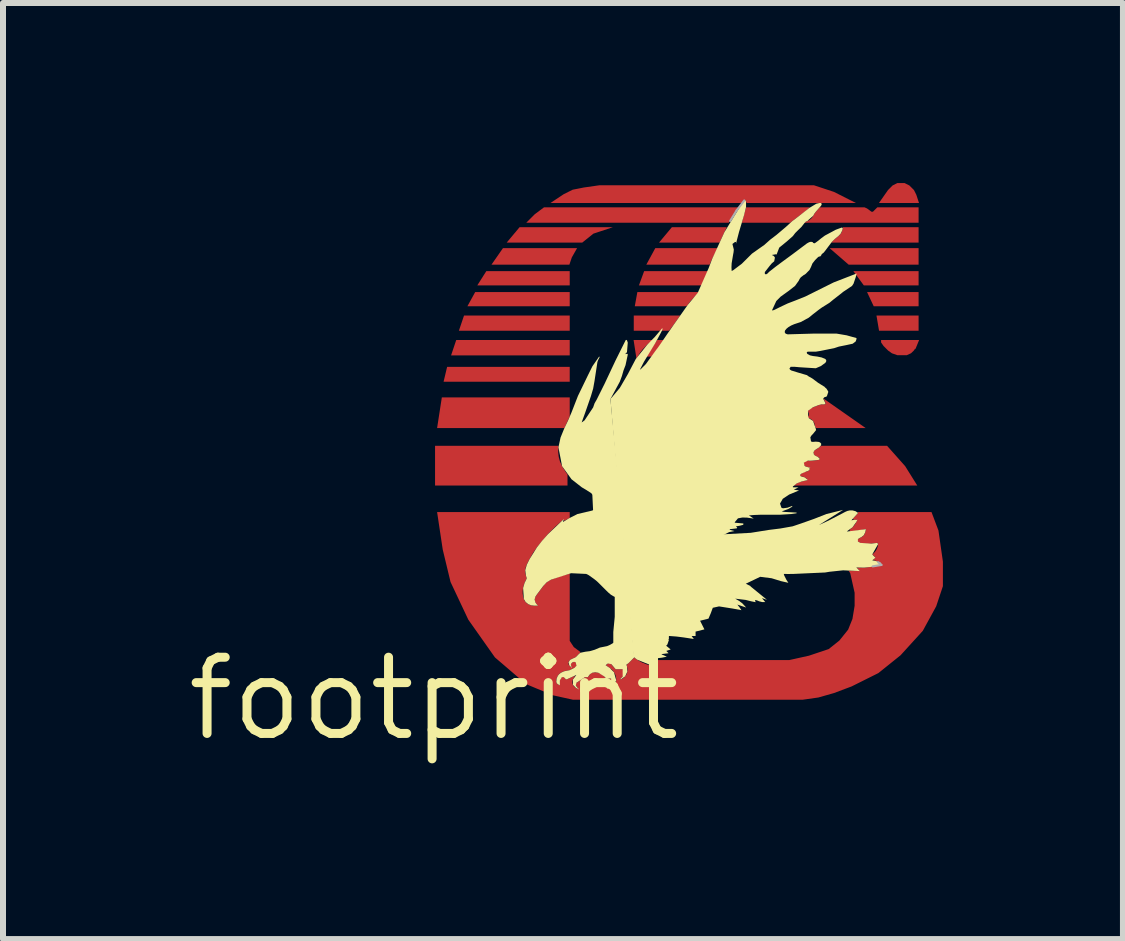
<source format=kicad_pcb>
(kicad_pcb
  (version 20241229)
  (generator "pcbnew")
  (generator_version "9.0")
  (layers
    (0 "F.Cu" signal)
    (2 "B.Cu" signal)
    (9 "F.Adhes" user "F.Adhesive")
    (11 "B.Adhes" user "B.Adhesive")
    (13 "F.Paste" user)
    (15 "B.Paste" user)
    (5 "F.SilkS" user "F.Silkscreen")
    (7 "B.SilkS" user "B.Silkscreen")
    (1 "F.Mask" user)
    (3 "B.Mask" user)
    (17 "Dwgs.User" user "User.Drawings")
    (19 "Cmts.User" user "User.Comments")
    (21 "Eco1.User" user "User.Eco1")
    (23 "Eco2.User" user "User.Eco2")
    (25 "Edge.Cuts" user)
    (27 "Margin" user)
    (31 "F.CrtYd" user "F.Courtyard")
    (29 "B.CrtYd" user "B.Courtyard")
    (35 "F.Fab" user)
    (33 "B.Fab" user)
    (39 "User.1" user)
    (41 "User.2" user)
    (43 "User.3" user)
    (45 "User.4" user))
  (footprint "footprint"
    (layer "F.Cu")
    (at 4.18 8.591)
    (property "Reference" "footprint" (at 0 0 0) (layer "F.SilkS") (effects (font (size 1.27 1.27) (thickness 0.15))))
    (fp_poly (pts (xy 2.263 -6.886) (xy 0.723 -6.886) (xy 0.873 -7.123) (xy 2.263 -7.123)) (stroke (width 0) (type solid)) (fill yes) (layer "F.Cu"))
    (fp_poly (pts (xy 2.263 -6.538) (xy 0.558 -6.538) (xy 0.688 -6.775) (xy 2.263 -6.775)) (stroke (width 0) (type solid)) (fill yes) (layer "F.Cu"))
    (fp_poly (pts (xy 2.263 -6.13) (xy 0.416 -6.13) (xy 0.502 -6.384) (xy 2.263 -6.384)) (stroke (width 0) (type solid)) (fill yes) (layer "F.Cu"))
    (fp_poly (pts (xy 2.263 -5.719) (xy 0.286 -5.719) (xy 0.372 -5.976) (xy 2.263 -5.976)) (stroke (width 0) (type solid)) (fill yes) (layer "F.Cu"))
    (fp_poly (pts (xy 2.263 -5.28) (xy 0.161 -5.28) (xy 0.22 -5.528) (xy 2.263 -5.528)) (stroke (width 0) (type solid)) (fill yes) (layer "F.Cu"))
    (fp_poly (pts (xy 3.631 -5.699) (xy 3.531 -5.699) (xy 3.719 -5.976) (xy 3.843 -5.976)) (stroke (width 0) (type solid)) (fill yes) (layer "F.Cu"))
    (fp_poly (pts (xy 8.076 -7.231) (xy 6.911 -7.231) (xy 6.592 -7.507) (xy 8.076 -7.507)) (stroke (width 0) (type solid)) (fill yes) (layer "F.Cu"))
    (fp_poly (pts (xy 8.076 -6.886) (xy 7.163 -6.886) (xy 6.989 -7.123) (xy 8.076 -7.123)) (stroke (width 0) (type solid)) (fill yes) (layer "F.Cu"))
    (fp_poly (pts (xy 8.076 -6.538) (xy 7.328 -6.538) (xy 7.217 -6.775) (xy 8.076 -6.775)) (stroke (width 0) (type solid)) (fill yes) (layer "F.Cu"))
    (fp_poly (pts (xy 8.076 -6.13) (xy 7.417 -6.13) (xy 7.374 -6.384) (xy 8.076 -6.384)) (stroke (width 0) (type solid)) (fill yes) (layer "F.Cu"))
    (fp_poly (pts (xy 2.263 -4.703) (xy 2.174 -4.508) (xy 0.053 -4.508) (xy 0.132 -5.019) (xy 2.263 -5.019)) (stroke (width 0) (type solid)) (fill yes) (layer "F.Cu"))
    (fp_poly (pts (xy 2.298 -7.352) (xy 2.257 -7.231) (xy 0.959 -7.231) (xy 1.151 -7.507) (xy 2.386 -7.507)) (stroke (width 0) (type solid)) (fill yes) (layer "F.Cu"))
    (fp_poly (pts (xy 2.658 -7.748) (xy 2.472 -7.599) (xy 1.213 -7.599) (xy 1.427 -7.855) (xy 2.981 -7.855)) (stroke (width 0) (type solid)) (fill yes) (layer "F.Cu"))
    (fp_poly (pts (xy 4.53 -7.03) (xy 4.491 -6.936) (xy 4.474 -6.886) (xy 3.416 -6.886) (xy 3.503 -7.123) (xy 4.57 -7.123)) (stroke (width 0) (type solid)) (fill yes) (layer "F.Cu"))
    (fp_poly (pts (xy 4.842 -7.776) (xy 4.842 -7.776) (xy 4.841 -7.774) (xy 4.84 -7.771) (xy 4.84 -7.771) (xy 4.76 -7.599) (xy 3.751 -7.599) (xy 3.965 -7.855) (xy 4.88 -7.855)) (stroke (width 0) (type solid)) (fill yes) (layer "F.Cu"))
    (fp_poly (pts (xy 7.922 -8.551) (xy 7.999 -8.474) (xy 8.038 -8.396) (xy 8.083 -8.258) (xy 7.415 -8.258) (xy 7.566 -8.474) (xy 7.643 -8.551) (xy 7.723 -8.591) (xy 7.842 -8.591)) (stroke (width 0) (type solid)) (fill yes) (layer "F.Cu"))
    (fp_poly (pts (xy 4.001 -6.238) (xy 4.001 -6.238) (xy 3.999 -6.235) (xy 3.998 -6.234) (xy 3.998 -6.233) (xy 3.918 -6.13) (xy 3.828 -6.13) (xy 3.777 -6.132) (xy 3.776 -6.13) (xy 3.33 -6.13) (xy 3.33 -6.384) (xy 4.104 -6.384)) (stroke (width 0) (type solid)) (fill yes) (layer "F.Cu"))
    (fp_poly (pts (xy 8.022 -5.822) (xy 8.018 -5.832) (xy 7.999 -5.802) (xy 7.95 -5.755) (xy 7.878 -5.722) (xy 7.724 -5.722) (xy 7.632 -5.754) (xy 7.568 -5.8) (xy 7.492 -5.876) (xy 7.451 -5.935) (xy 7.451 -5.976) (xy 8.085 -5.976)) (stroke (width 0) (type solid)) (fill yes) (layer "F.Cu"))
    (fp_poly (pts (xy 3.561 -5.906) (xy 3.556 -5.901) (xy 3.554 -5.898) (xy 3.554 -5.898) (xy 3.486 -5.827) (xy 3.485 -5.827) (xy 3.484 -5.826) (xy 3.482 -5.824) (xy 3.482 -5.824) (xy 3.436 -5.766) (xy 3.375 -5.665) (xy 3.327 -5.976) (xy 3.665 -5.976)) (stroke (width 0) (type solid)) (fill yes) (layer "F.Cu"))
    (fp_poly (pts (xy 4.64 -7.336) (xy 4.636 -7.328) (xy 4.635 -7.327) (xy 4.635 -7.327) (xy 4.603 -7.254) (xy 4.603 -7.254) (xy 4.602 -7.252) (xy 4.601 -7.25) (xy 4.601 -7.249) (xy 4.595 -7.231) (xy 3.539 -7.231) (xy 3.689 -7.507) (xy 4.731 -7.507)) (stroke (width 0) (type solid)) (fill yes) (layer "F.Cu"))
    (fp_poly (pts (xy 4.287 -6.637) (xy 4.287 -6.637) (xy 4.286 -6.636) (xy 4.284 -6.634) (xy 4.284 -6.634) (xy 4.23 -6.562) (xy 4.23 -6.562) (xy 4.228 -6.561) (xy 4.227 -6.559) (xy 4.228 -6.551) (xy 4.19 -6.538) (xy 3.347 -6.538) (xy 3.39 -6.775) (xy 4.419 -6.775)) (stroke (width 0) (type solid)) (fill yes) (layer "F.Cu"))
    (fp_poly (pts (xy 5.041 -8.141) (xy 5.04 -8.141) (xy 5.039 -8.139) (xy 5.038 -8.138) (xy 5.038 -8.137) (xy 4.932 -7.964) (xy 4.931 -7.964) (xy 4.93 -7.962) (xy 4.929 -7.96) (xy 4.929 -7.96) (xy 4.915 -7.93) (xy 1.539 -7.93) (xy 1.681 -8.072) (xy 1.834 -8.186) (xy 5.076 -8.186)) (stroke (width 0) (type solid)) (fill yes) (layer "F.Cu"))
    (fp_poly (pts (xy 6.168 -8.104) (xy 6.083 -8.042) (xy 6.083 -8.042) (xy 6.082 -8.041) (xy 6.08 -8.04) (xy 6.08 -8.04) (xy 5.971 -7.957) (xy 5.97 -7.957) (xy 5.969 -7.956) (xy 5.967 -7.954) (xy 5.967 -7.954) (xy 5.94 -7.93) (xy 5.13 -7.93) (xy 5.201 -8.186) (xy 6.266 -8.186)) (stroke (width 0) (type solid)) (fill yes) (layer "F.Cu"))
    (fp_poly (pts (xy 6.667 -8.443) (xy 7.033 -8.258) (xy 5.213 -8.258) (xy 5.187 -8.306) (xy 5.186 -8.306) (xy 5.185 -8.308) (xy 5.183 -8.308) (xy 5.182 -8.309) (xy 5.18 -8.309) (xy 5.179 -8.31) (xy 5.177 -8.31) (xy 5.176 -8.31) (xy 5.174 -8.309) (xy 5.172 -8.309) (xy 5.171 -8.308) (xy 5.17 -8.308) (xy 5.169 -8.306) (xy 5.168 -8.306) (xy 5.142 -8.258) (xy 1.941 -8.258) (xy 2.162 -8.405) (xy 2.312 -8.48) (xy 2.499 -8.517) (xy 2.758 -8.554) (xy 6.332 -8.554)) (stroke (width 0) (type solid)) (fill yes) (layer "F.Cu"))
    (fp_poly (pts (xy 7.218 -8.167) (xy 7.291 -8.113) (xy 7.315 -8.113) (xy 7.388 -8.186) (xy 8.076 -8.186) (xy 8.076 -7.93) (xy 6.157 -7.93) (xy 6.248 -7.97) (xy 6.249 -7.97) (xy 6.251 -7.971) (xy 6.252 -7.972) (xy 6.253 -7.973) (xy 6.276 -7.99) (xy 6.277 -7.99) (xy 6.278 -7.991) (xy 6.28 -7.992) (xy 6.28 -7.993) (xy 6.3 -8.014) (xy 6.3 -8.014) (xy 6.301 -8.016) (xy 6.303 -8.017) (xy 6.303 -8.018) (xy 6.318 -8.042) (xy 6.318 -8.042) (xy 6.319 -8.044) (xy 6.321 -8.047) (xy 6.321 -8.047) (xy 6.341 -8.082) (xy 6.367 -8.116) (xy 6.428 -8.186) (xy 7.176 -8.186)) (stroke (width 0) (type solid)) (fill yes) (layer "F.Cu"))
    (fp_poly (pts (xy 2.075 -4.189) (xy 2.074 -4.187) (xy 2.075 -4.186) (xy 2.071 -4.11) (xy 2.071 -4.109) (xy 2.071 -4.107) (xy 2.071 -4.105) (xy 2.071 -4.105) (xy 2.08 -4.028) (xy 2.08 -4.028) (xy 2.08 -4.026) (xy 2.081 -4.024) (xy 2.081 -4.023) (xy 2.101 -3.949) (xy 2.101 -3.949) (xy 2.102 -3.947) (xy 2.103 -3.945) (xy 2.103 -3.945) (xy 2.135 -3.875) (xy 2.135 -3.874) (xy 2.136 -3.872) (xy 2.137 -3.87) (xy 2.137 -3.87) (xy 2.206 -3.761) (xy 2.206 -3.76) (xy 2.208 -3.759) (xy 2.209 -3.757) (xy 2.209 -3.757) (xy 2.226 -3.737) (xy 2.226 -3.551) (xy 0.019 -3.551) (xy 0.019 -4.213) (xy 2.076 -4.213)) (stroke (width 0) (type solid)) (fill yes) (layer "F.Cu"))
    (fp_poly (pts (xy 8.076 -7.599) (xy 6.619 -7.599) (xy 6.682 -7.661) (xy 6.737 -7.705) (xy 6.737 -7.705) (xy 6.738 -7.706) (xy 6.74 -7.708) (xy 6.74 -7.708) (xy 6.757 -7.722) (xy 6.758 -7.722) (xy 6.759 -7.724) (xy 6.761 -7.725) (xy 6.761 -7.726) (xy 6.775 -7.743) (xy 6.776 -7.743) (xy 6.777 -7.745) (xy 6.778 -7.746) (xy 6.778 -7.747) (xy 6.789 -7.766) (xy 6.79 -7.766) (xy 6.791 -7.768) (xy 6.792 -7.77) (xy 6.792 -7.77) (xy 6.8 -7.791) (xy 6.8 -7.791) (xy 6.801 -7.793) (xy 6.801 -7.795) (xy 6.801 -7.795) (xy 6.812 -7.827) (xy 6.813 -7.828) (xy 6.813 -7.83) (xy 6.814 -7.833) (xy 6.814 -7.835) (xy 6.817 -7.855) (xy 8.076 -7.855)) (stroke (width 0) (type solid)) (fill yes) (layer "F.Cu"))
    (fp_poly (pts (xy 7.195 -4.508) (xy 6.364 -4.508) (xy 6.364 -4.52) (xy 6.363 -4.521) (xy 6.362 -4.523) (xy 6.361 -4.523) (xy 6.354 -4.529) (xy 6.349 -4.534) (xy 6.347 -4.538) (xy 6.345 -4.543) (xy 6.344 -4.549) (xy 6.343 -4.566) (xy 6.343 -4.567) (xy 6.343 -4.569) (xy 6.343 -4.571) (xy 6.342 -4.572) (xy 6.339 -4.586) (xy 6.339 -4.587) (xy 6.338 -4.589) (xy 6.338 -4.591) (xy 6.337 -4.591) (xy 6.331 -4.605) (xy 6.331 -4.606) (xy 6.33 -4.608) (xy 6.329 -4.61) (xy 6.329 -4.61) (xy 6.32 -4.623) (xy 6.32 -4.623) (xy 6.319 -4.625) (xy 6.318 -4.627) (xy 6.317 -4.627) (xy 6.299 -4.645) (xy 6.299 -4.646) (xy 6.297 -4.647) (xy 6.296 -4.648) (xy 6.295 -4.648) (xy 6.274 -4.662) (xy 6.274 -4.663) (xy 6.272 -4.664) (xy 6.27 -4.665) (xy 6.269 -4.665) (xy 6.244 -4.675) (xy 6.225 -4.684) (xy 6.235 -4.702) (xy 6.242 -4.714) (xy 6.243 -4.714) (xy 6.243 -4.716) (xy 6.244 -4.718) (xy 6.244 -4.719) (xy 6.247 -4.73) (xy 6.248 -4.731) (xy 6.248 -4.733) (xy 6.248 -4.734) (xy 6.248 -4.735) (xy 6.248 -4.747) (xy 6.248 -4.748) (xy 6.248 -4.75) (xy 6.248 -4.752) (xy 6.247 -4.752) (xy 6.244 -4.764) (xy 6.244 -4.765) (xy 6.243 -4.766) (xy 6.243 -4.768) (xy 6.242 -4.768) (xy 6.229 -4.791) (xy 6.258 -4.822) (xy 6.285 -4.841) (xy 6.316 -4.855) (xy 6.412 -4.891) (xy 6.442 -4.901) (xy 6.474 -4.905) (xy 6.504 -4.903) (xy 6.504 -4.903) (xy 6.505 -4.903) (xy 6.508 -4.903) (xy 6.509 -4.903) (xy 6.513 -4.903) (xy 6.514 -4.905) (xy 6.516 -4.905) (xy 6.517 -4.906) (xy 6.518 -4.906) (xy 6.519 -4.908) (xy 6.521 -4.909) (xy 6.522 -4.91) (xy 6.523 -4.911) (xy 6.523 -4.913) (xy 6.524 -4.915) (xy 6.524 -4.916) (xy 6.525 -4.917) (xy 6.524 -4.92) (xy 6.525 -4.921) (xy 6.524 -4.922) (xy 6.525 -4.924) (xy 6.524 -4.925) (xy 6.52 -4.939) (xy 6.52 -4.94) (xy 6.489 -5.002)) (stroke (width 0) (type solid)) (fill yes) (layer "F.Cu"))
    (fp_poly (pts (xy 7.852 -3.874) (xy 8.054 -3.551) (xy 5.995 -3.551) (xy 6.046 -3.586) (xy 6.083 -3.604) (xy 6.123 -3.617) (xy 6.218 -3.641) (xy 6.22 -3.641) (xy 6.221 -3.641) (xy 6.222 -3.641) (xy 6.223 -3.643) (xy 6.224 -3.644) (xy 6.224 -3.645) (xy 6.224 -3.646) (xy 6.224 -3.648) (xy 6.224 -3.65) (xy 6.223 -3.65) (xy 6.223 -3.651) (xy 6.221 -3.652) (xy 6.204 -3.67) (xy 6.203 -3.67) (xy 6.202 -3.671) (xy 6.2 -3.673) (xy 6.2 -3.673) (xy 6.179 -3.686) (xy 6.179 -3.686) (xy 6.177 -3.687) (xy 6.176 -3.688) (xy 6.175 -3.688) (xy 6.153 -3.696) (xy 6.152 -3.697) (xy 6.15 -3.697) (xy 6.148 -3.698) (xy 6.148 -3.698) (xy 6.122 -3.701) (xy 6.084 -3.709) (xy 6.125 -3.75) (xy 6.15 -3.767) (xy 6.177 -3.779) (xy 6.204 -3.784) (xy 6.204 -3.784) (xy 6.206 -3.785) (xy 6.209 -3.785) (xy 6.209 -3.786) (xy 6.223 -3.789) (xy 6.224 -3.789) (xy 6.225 -3.789) (xy 6.227 -3.79) (xy 6.228 -3.791) (xy 6.241 -3.797) (xy 6.242 -3.797) (xy 6.243 -3.798) (xy 6.245 -3.799) (xy 6.245 -3.8) (xy 6.256 -3.809) (xy 6.257 -3.81) (xy 6.258 -3.811) (xy 6.261 -3.813) (xy 6.262 -3.816) (xy 6.262 -3.816) (xy 6.262 -3.817) (xy 6.263 -3.818) (xy 6.263 -3.821) (xy 6.264 -3.823) (xy 6.264 -3.824) (xy 6.265 -3.825) (xy 6.263 -3.828) (xy 6.265 -3.83) (xy 6.264 -3.831) (xy 6.264 -3.832) (xy 6.263 -3.834) (xy 6.263 -3.837) (xy 6.262 -3.838) (xy 6.262 -3.839) (xy 6.262 -3.839) (xy 6.261 -3.841) (xy 6.258 -3.844) (xy 6.257 -3.845) (xy 6.253 -3.846) (xy 6.252 -3.85) (xy 6.25 -3.851) (xy 6.249 -3.852) (xy 6.244 -3.851) (xy 6.242 -3.855) (xy 6.241 -3.855) (xy 6.239 -3.856) (xy 6.239 -3.856) (xy 6.23 -3.858) (xy 6.229 -3.858) (xy 6.229 -3.858) (xy 6.21 -3.862) (xy 6.191 -3.87) (xy 6.173 -3.881) (xy 6.166 -3.887) (xy 6.161 -3.895) (xy 6.158 -3.905) (xy 6.157 -3.914) (xy 6.159 -3.924) (xy 6.163 -3.932) (xy 6.172 -3.945) (xy 6.184 -3.955) (xy 6.198 -3.962) (xy 6.213 -3.965) (xy 6.229 -3.965) (xy 6.263 -3.963) (xy 6.263 -3.963) (xy 6.266 -3.963) (xy 6.268 -3.963) (xy 6.268 -3.963) (xy 6.3 -3.965) (xy 6.3 -3.965) (xy 6.302 -3.965) (xy 6.305 -3.965) (xy 6.305 -3.966) (xy 6.411 -3.977) (xy 6.412 -3.976) (xy 6.414 -3.977) (xy 6.415 -3.976) (xy 6.416 -3.978) (xy 6.418 -3.977) (xy 6.419 -3.978) (xy 6.421 -3.978) (xy 6.422 -3.98) (xy 6.423 -3.98) (xy 6.424 -3.981) (xy 6.425 -3.982) (xy 6.426 -3.984) (xy 6.427 -3.985) (xy 6.427 -3.986) (xy 6.428 -3.987) (xy 6.428 -3.989) (xy 6.429 -3.991) (xy 6.429 -3.992) (xy 6.429 -3.993) (xy 6.428 -3.994) (xy 6.429 -3.996) (xy 6.428 -3.998) (xy 6.428 -3.999) (xy 6.424 -4.002) (xy 6.425 -4.006) (xy 6.424 -4.007) (xy 6.421 -4.012) (xy 6.417 -4.015) (xy 6.414 -4.019) (xy 6.409 -4.021) (xy 6.408 -4.022) (xy 6.408 -4.022) (xy 6.401 -4.025) (xy 6.398 -4.027) (xy 6.398 -4.026) (xy 6.376 -4.036) (xy 6.353 -4.049) (xy 6.341 -4.059) (xy 6.331 -4.071) (xy 6.326 -4.082) (xy 6.323 -4.093) (xy 6.324 -4.105) (xy 6.327 -4.116) (xy 6.333 -4.127) (xy 6.342 -4.135) (xy 6.411 -4.181) (xy 6.411 -4.181) (xy 6.414 -4.183) (xy 6.416 -4.184) (xy 6.417 -4.192) (xy 6.426 -4.192) (xy 6.428 -4.193) (xy 6.43 -4.194) (xy 6.43 -4.195) (xy 6.439 -4.204) (xy 6.44 -4.204) (xy 6.441 -4.206) (xy 6.448 -4.213) (xy 7.551 -4.213)) (stroke (width 0) (type solid)) (fill yes) (layer "F.Cu"))
    (fp_poly (pts (xy 2.263 -3.013) (xy 2.246 -3.003) (xy 2.244 -3.002) (xy 2.244 -3.001) (xy 2.175 -2.963) (xy 2.161 -2.974) (xy 2.158 -2.978) (xy 2.158 -2.979) (xy 2.157 -2.979) (xy 2.156 -2.98) (xy 2.155 -2.98) (xy 2.153 -2.981) (xy 2.152 -2.98) (xy 2.151 -2.98) (xy 2.15 -2.979) (xy 2.148 -2.978) (xy 2.148 -2.977) (xy 2.021 -2.864) (xy 2.02 -2.864) (xy 2.019 -2.862) (xy 2.017 -2.861) (xy 2.017 -2.86) (xy 1.898 -2.739) (xy 1.898 -2.739) (xy 1.896 -2.738) (xy 1.894 -2.736) (xy 1.895 -2.736) (xy 1.717 -2.523) (xy 1.717 -2.522) (xy 1.715 -2.52) (xy 1.714 -2.519) (xy 1.714 -2.518) (xy 1.652 -2.429) (xy 1.652 -2.429) (xy 1.651 -2.426) (xy 1.649 -2.424) (xy 1.65 -2.424) (xy 1.596 -2.33) (xy 1.596 -2.33) (xy 1.595 -2.327) (xy 1.593 -2.325) (xy 1.593 -2.325) (xy 1.547 -2.233) (xy 1.547 -2.233) (xy 1.546 -2.231) (xy 1.545 -2.229) (xy 1.545 -2.228) (xy 1.533 -2.198) (xy 1.533 -2.198) (xy 1.532 -2.196) (xy 1.532 -2.194) (xy 1.532 -2.193) (xy 1.525 -2.161) (xy 1.524 -2.161) (xy 1.524 -2.158) (xy 1.524 -2.156) (xy 1.524 -2.156) (xy 1.522 -2.123) (xy 1.521 -2.123) (xy 1.522 -2.121) (xy 1.521 -2.118) (xy 1.522 -2.118) (xy 1.525 -2.085) (xy 1.524 -2.085) (xy 1.525 -2.083) (xy 1.525 -2.081) (xy 1.526 -2.08) (xy 1.533 -2.048) (xy 1.533 -2.048) (xy 1.534 -2.046) (xy 1.535 -2.044) (xy 1.535 -2.044) (xy 1.546 -2.011) (xy 1.546 -2.001) (xy 1.522 -1.955) (xy 1.521 -1.955) (xy 1.521 -1.953) (xy 1.52 -1.95) (xy 1.52 -1.95) (xy 1.501 -1.902) (xy 1.501 -1.902) (xy 1.5 -1.9) (xy 1.499 -1.897) (xy 1.5 -1.897) (xy 1.486 -1.847) (xy 1.486 -1.847) (xy 1.486 -1.845) (xy 1.485 -1.843) (xy 1.485 -1.842) (xy 1.48 -1.801) (xy 1.479 -1.801) (xy 1.479 -1.798) (xy 1.479 -1.796) (xy 1.479 -1.796) (xy 1.479 -1.754) (xy 1.479 -1.754) (xy 1.479 -1.752) (xy 1.479 -1.75) (xy 1.48 -1.749) (xy 1.485 -1.708) (xy 1.485 -1.708) (xy 1.486 -1.706) (xy 1.486 -1.704) (xy 1.486 -1.703) (xy 1.497 -1.663) (xy 1.497 -1.663) (xy 1.498 -1.661) (xy 1.499 -1.659) (xy 1.499 -1.659) (xy 1.509 -1.636) (xy 1.509 -1.636) (xy 1.51 -1.634) (xy 1.511 -1.632) (xy 1.512 -1.632) (xy 1.526 -1.612) (xy 1.526 -1.611) (xy 1.527 -1.61) (xy 1.529 -1.608) (xy 1.529 -1.608) (xy 1.547 -1.591) (xy 1.547 -1.591) (xy 1.549 -1.589) (xy 1.55 -1.588) (xy 1.551 -1.588) (xy 1.571 -1.575) (xy 1.571 -1.574) (xy 1.573 -1.573) (xy 1.575 -1.572) (xy 1.575 -1.572) (xy 1.602 -1.561) (xy 1.603 -1.56) (xy 1.605 -1.56) (xy 1.607 -1.559) (xy 1.607 -1.559) (xy 1.636 -1.552) (xy 1.636 -1.551) (xy 1.638 -1.551) (xy 1.64 -1.551) (xy 1.641 -1.551) (xy 1.669 -1.549) (xy 1.67 -1.548) (xy 1.672 -1.548) (xy 1.674 -1.548) (xy 1.675 -1.548) (xy 1.72 -1.548) (xy 1.723 -1.548) (xy 1.723 -1.548) (xy 1.723 -1.548) (xy 1.725 -1.55) (xy 1.727 -1.552) (xy 1.727 -1.552) (xy 1.727 -1.552) (xy 1.727 -1.555) (xy 1.727 -1.557) (xy 1.727 -1.557) (xy 1.727 -1.557) (xy 1.725 -1.559) (xy 1.706 -1.581) (xy 1.69 -1.606) (xy 1.683 -1.623) (xy 1.679 -1.642) (xy 1.679 -1.66) (xy 1.683 -1.679) (xy 1.69 -1.696) (xy 1.714 -1.732) (xy 1.822 -1.875) (xy 1.849 -1.909) (xy 1.88 -1.938) (xy 1.914 -1.962) (xy 1.952 -1.982) (xy 2.116 -2.045) (xy 2.263 -2.083) (xy 2.263 -0.962) (xy 2.331 -0.859) (xy 2.446 -0.773) (xy 2.426 -0.754) (xy 2.424 -0.753) (xy 2.424 -0.753) (xy 2.408 -0.738) (xy 2.408 -0.738) (xy 2.407 -0.736) (xy 2.405 -0.735) (xy 2.405 -0.735) (xy 2.389 -0.718) (xy 2.366 -0.694) (xy 2.352 -0.684) (xy 2.336 -0.676) (xy 2.325 -0.673) (xy 2.323 -0.672) (xy 2.323 -0.667) (xy 2.306 -0.667) (xy 2.302 -0.665) (xy 2.3 -0.665) (xy 2.3 -0.664) (xy 2.287 -0.658) (xy 2.287 -0.658) (xy 2.285 -0.657) (xy 2.283 -0.656) (xy 2.283 -0.655) (xy 2.271 -0.647) (xy 2.271 -0.647) (xy 2.269 -0.646) (xy 2.268 -0.645) (xy 2.267 -0.638) (xy 2.259 -0.636) (xy 2.258 -0.635) (xy 2.257 -0.633) (xy 2.257 -0.626) (xy 2.25 -0.623) (xy 2.249 -0.621) (xy 2.248 -0.62) (xy 2.249 -0.619) (xy 2.244 -0.609) (xy 2.244 -0.608) (xy 2.243 -0.607) (xy 2.243 -0.605) (xy 2.245 -0.599) (xy 2.241 -0.594) (xy 2.241 -0.592) (xy 2.241 -0.591) (xy 2.242 -0.589) (xy 2.242 -0.579) (xy 2.249 -0.562) (xy 2.263 -0.546) (xy 2.283 -0.525) (xy 2.292 -0.53) (xy 2.294 -0.532) (xy 2.284 -0.546) (xy 2.281 -0.561) (xy 2.284 -0.58) (xy 2.3 -0.597) (xy 2.32 -0.61) (xy 2.341 -0.613) (xy 2.358 -0.607) (xy 2.373 -0.591) (xy 2.379 -0.571) (xy 2.377 -0.549) (xy 2.368 -0.533) (xy 2.357 -0.522) (xy 2.294 -0.49) (xy 2.272 -0.479) (xy 2.249 -0.471) (xy 2.234 -0.469) (xy 2.233 -0.468) (xy 2.23 -0.468) (xy 2.23 -0.468) (xy 2.189 -0.461) (xy 2.188 -0.461) (xy 2.186 -0.461) (xy 2.184 -0.46) (xy 2.184 -0.46) (xy 2.151 -0.449) (xy 2.151 -0.449) (xy 2.149 -0.448) (xy 2.147 -0.448) (xy 2.147 -0.447) (xy 2.116 -0.431) (xy 2.116 -0.431) (xy 2.114 -0.43) (xy 2.112 -0.429) (xy 2.112 -0.428) (xy 2.097 -0.417) (xy 2.096 -0.417) (xy 2.095 -0.416) (xy 2.093 -0.415) (xy 2.093 -0.414) (xy 2.08 -0.401) (xy 2.079 -0.401) (xy 2.078 -0.399) (xy 2.076 -0.397) (xy 2.076 -0.397) (xy 2.065 -0.382) (xy 2.065 -0.382) (xy 2.064 -0.38) (xy 2.062 -0.378) (xy 2.063 -0.378) (xy 2.053 -0.359) (xy 2.052 -0.359) (xy 2.052 -0.357) (xy 2.051 -0.355) (xy 2.051 -0.354) (xy 2.044 -0.334) (xy 2.044 -0.334) (xy 2.043 -0.332) (xy 2.043 -0.33) (xy 2.043 -0.329) (xy 2.039 -0.308) (xy 2.039 -0.308) (xy 2.039 -0.306) (xy 2.039 -0.304) (xy 2.039 -0.303) (xy 2.039 -0.282) (xy 2.038 -0.282) (xy 2.039 -0.28) (xy 2.039 -0.278) (xy 2.042 -0.274) (xy 2.04 -0.269) (xy 2.041 -0.267) (xy 2.042 -0.265) (xy 2.046 -0.262) (xy 2.046 -0.257) (xy 2.047 -0.255) (xy 2.048 -0.254) (xy 2.053 -0.252) (xy 2.054 -0.247) (xy 2.056 -0.246) (xy 2.058 -0.242) (xy 2.066 -0.239) (xy 2.068 -0.237) (xy 2.068 -0.238) (xy 2.09 -0.227) (xy 2.092 -0.225) (xy 2.092 -0.225) (xy 2.093 -0.225) (xy 2.095 -0.226) (xy 2.097 -0.226) (xy 2.097 -0.227) (xy 2.098 -0.227) (xy 2.099 -0.229) (xy 2.1 -0.231) (xy 2.1 -0.231) (xy 2.1 -0.232) (xy 2.099 -0.234) (xy 2.095 -0.257) (xy 2.095 -0.28) (xy 2.099 -0.302) (xy 2.108 -0.323) (xy 2.119 -0.343) (xy 2.134 -0.36) (xy 2.139 -0.364) (xy 2.145 -0.365) (xy 2.15 -0.365) (xy 2.156 -0.364) (xy 2.161 -0.36) (xy 2.192 -0.328) (xy 2.194 -0.327) (xy 2.199 -0.322) (xy 2.212 -0.322) (xy 2.214 -0.321) (xy 2.215 -0.322) (xy 2.216 -0.322) (xy 2.217 -0.323) (xy 2.354 -0.385) (xy 2.317 -0.321) (xy 2.317 -0.321) (xy 2.316 -0.319) (xy 2.315 -0.317) (xy 2.315 -0.317) (xy 2.309 -0.3) (xy 2.308 -0.299) (xy 2.308 -0.297) (xy 2.307 -0.296) (xy 2.308 -0.295) (xy 2.306 -0.277) (xy 2.305 -0.276) (xy 2.305 -0.274) (xy 2.305 -0.272) (xy 2.306 -0.272) (xy 2.308 -0.254) (xy 2.307 -0.253) (xy 2.308 -0.251) (xy 2.308 -0.249) (xy 2.309 -0.249) (xy 2.315 -0.232) (xy 2.315 -0.231) (xy 2.316 -0.229) (xy 2.317 -0.228) (xy 2.317 -0.227) (xy 2.328 -0.211) (xy 2.328 -0.21) (xy 2.329 -0.209) (xy 2.33 -0.207) (xy 2.331 -0.207) (xy 2.345 -0.193) (xy 2.345 -0.193) (xy 2.346 -0.192) (xy 2.348 -0.19) (xy 2.349 -0.19) (xy 2.365 -0.18) (xy 2.365 -0.179) (xy 2.367 -0.178) (xy 2.369 -0.177) (xy 2.369 -0.177) (xy 2.39 -0.167) (xy 2.391 -0.166) (xy 2.392 -0.166) (xy 2.393 -0.165) (xy 2.395 -0.166) (xy 2.396 -0.165) (xy 2.397 -0.166) (xy 2.398 -0.167) (xy 2.399 -0.168) (xy 2.4 -0.169) (xy 2.4 -0.17) (xy 2.401 -0.171) (xy 2.4 -0.173) (xy 2.4 -0.174) (xy 2.399 -0.175) (xy 2.399 -0.177) (xy 2.398 -0.177) (xy 2.379 -0.199) (xy 2.363 -0.223) (xy 2.36 -0.232) (xy 2.36 -0.241) (xy 2.362 -0.249) (xy 2.367 -0.257) (xy 2.374 -0.263) (xy 2.406 -0.284) (xy 2.406 -0.284) (xy 2.406 -0.284) (xy 2.41 -0.287) (xy 2.41 -0.287) (xy 2.516 -0.358) (xy 2.56 -0.358) (xy 2.56 -0.358) (xy 2.563 -0.358) (xy 2.565 -0.358) (xy 2.565 -0.358) (xy 2.566 -0.359) (xy 2.567 -0.36) (xy 2.569 -0.362) (xy 2.569 -0.362) (xy 2.603 -0.408) (xy 2.613 -0.417) (xy 2.624 -0.425) (xy 2.636 -0.43) (xy 2.662 -0.437) (xy 2.688 -0.439) (xy 2.715 -0.437) (xy 2.741 -0.43) (xy 2.775 -0.416) (xy 2.806 -0.396) (xy 2.834 -0.372) (xy 2.866 -0.34) (xy 2.867 -0.339) (xy 2.872 -0.334) (xy 2.956 -0.334) (xy 2.964 -0.324) (xy 2.971 -0.309) (xy 2.974 -0.294) (xy 2.974 -0.278) (xy 2.971 -0.263) (xy 2.964 -0.249) (xy 2.954 -0.236) (xy 2.907 -0.189) (xy 2.906 -0.189) (xy 2.905 -0.188) (xy 2.904 -0.187) (xy 2.904 -0.185) (xy 2.904 -0.184) (xy 2.904 -0.183) (xy 2.904 -0.181) (xy 2.906 -0.18) (xy 2.906 -0.179) (xy 2.907 -0.179) (xy 2.908 -0.178) (xy 2.91 -0.178) (xy 2.911 -0.177) (xy 2.912 -0.178) (xy 2.913 -0.178) (xy 2.915 -0.179) (xy 2.956 -0.198) (xy 2.957 -0.198) (xy 2.958 -0.199) (xy 2.96 -0.2) (xy 2.96 -0.2) (xy 2.997 -0.226) (xy 2.998 -0.226) (xy 2.999 -0.227) (xy 3.001 -0.228) (xy 3.001 -0.229) (xy 3.013 -0.241) (xy 3.013 -0.241) (xy 3.014 -0.243) (xy 3.016 -0.244) (xy 3.016 -0.245) (xy 3.025 -0.259) (xy 3.026 -0.26) (xy 3.026 -0.262) (xy 3.027 -0.263) (xy 3.027 -0.264) (xy 3.033 -0.28) (xy 3.034 -0.28) (xy 3.034 -0.282) (xy 3.035 -0.284) (xy 3.035 -0.285) (xy 3.037 -0.301) (xy 3.038 -0.302) (xy 3.038 -0.304) (xy 3.038 -0.306) (xy 3.037 -0.306) (xy 3.037 -0.337) (xy 3.037 -0.338) (xy 3.037 -0.34) (xy 3.037 -0.342) (xy 3.036 -0.342) (xy 3.03 -0.373) (xy 3.031 -0.373) (xy 3.03 -0.375) (xy 3.03 -0.377) (xy 3.029 -0.377) (xy 3.019 -0.406) (xy 3.019 -0.407) (xy 3.018 -0.409) (xy 3.017 -0.411) (xy 3.017 -0.411) (xy 3.002 -0.438) (xy 3.002 -0.438) (xy 3 -0.44) (xy 2.999 -0.442) (xy 2.999 -0.442) (xy 2.981 -0.466) (xy 2.981 -0.466) (xy 2.979 -0.468) (xy 2.978 -0.47) (xy 2.977 -0.47) (xy 2.956 -0.491) (xy 2.956 -0.491) (xy 2.954 -0.493) (xy 2.953 -0.494) (xy 2.952 -0.494) (xy 2.929 -0.512) (xy 2.929 -0.513) (xy 2.926 -0.514) (xy 2.925 -0.515) (xy 2.924 -0.515) (xy 2.862 -0.557) (xy 2.902 -0.587) (xy 2.911 -0.592) (xy 2.92 -0.593) (xy 2.93 -0.593) (xy 2.939 -0.59) (xy 2.947 -0.584) (xy 2.954 -0.577) (xy 2.981 -0.541) (xy 2.981 -0.541) (xy 2.982 -0.539) (xy 2.984 -0.538) (xy 2.984 -0.538) (xy 3.013 -0.506) (xy 3.013 -0.506) (xy 3.014 -0.504) (xy 3.016 -0.503) (xy 3.016 -0.503) (xy 3.029 -0.49) (xy 3.148 -0.49) (xy 3.159 -0.477) (xy 3.167 -0.459) (xy 3.172 -0.44) (xy 3.172 -0.421) (xy 3.167 -0.402) (xy 3.159 -0.384) (xy 3.147 -0.369) (xy 3.111 -0.334) (xy 3.11 -0.333) (xy 3.11 -0.332) (xy 3.109 -0.331) (xy 3.109 -0.329) (xy 3.108 -0.328) (xy 3.109 -0.327) (xy 3.109 -0.326) (xy 3.11 -0.325) (xy 3.111 -0.323) (xy 3.112 -0.323) (xy 3.113 -0.322) (xy 3.114 -0.322) (xy 3.116 -0.321) (xy 3.117 -0.322) (xy 3.118 -0.322) (xy 3.119 -0.323) (xy 3.144 -0.336) (xy 3.145 -0.336) (xy 3.146 -0.337) (xy 3.148 -0.338) (xy 3.148 -0.338) (xy 3.17 -0.355) (xy 3.171 -0.355) (xy 3.172 -0.357) (xy 3.174 -0.358) (xy 3.174 -0.358) (xy 3.192 -0.379) (xy 3.193 -0.379) (xy 3.194 -0.381) (xy 3.195 -0.382) (xy 3.195 -0.383) (xy 3.209 -0.406) (xy 3.209 -0.407) (xy 3.21 -0.409) (xy 3.211 -0.41) (xy 3.211 -0.411) (xy 3.22 -0.437) (xy 3.221 -0.437) (xy 3.221 -0.439) (xy 3.222 -0.441) (xy 3.221 -0.442) (xy 3.226 -0.468) (xy 3.226 -0.469) (xy 3.226 -0.471) (xy 3.226 -0.473) (xy 3.226 -0.473) (xy 3.225 -0.501) (xy 3.225 -0.501) (xy 3.225 -0.503) (xy 3.225 -0.505) (xy 3.224 -0.506) (xy 3.218 -0.532) (xy 3.218 -0.532) (xy 3.218 -0.534) (xy 3.217 -0.537) (xy 3.217 -0.537) (xy 3.208 -0.562) (xy 3.222 -0.574) (xy 3.224 -0.575) (xy 3.224 -0.575) (xy 3.238 -0.586) (xy 3.238 -0.586) (xy 3.24 -0.588) (xy 3.241 -0.589) (xy 3.241 -0.59) (xy 3.29 -0.638) (xy 3.331 -0.679) (xy 3.345 -0.679) (xy 3.4 -0.641) (xy 3.462 -0.605) (xy 3.462 -0.604) (xy 3.464 -0.604) (xy 3.466 -0.603) (xy 3.467 -0.603) (xy 3.544 -0.572) (xy 3.544 -0.572) (xy 3.546 -0.571) (xy 3.548 -0.57) (xy 3.548 -0.57) (xy 3.629 -0.551) (xy 3.629 -0.551) (xy 3.631 -0.551) (xy 3.633 -0.55) (xy 3.634 -0.55) (xy 3.702 -0.539) (xy 3.702 -0.538) (xy 3.704 -0.538) (xy 3.706 -0.538) (xy 3.707 -0.539) (xy 3.708 -0.539) (xy 3.709 -0.54) (xy 3.71 -0.541) (xy 3.71 -0.542) (xy 3.711 -0.543) (xy 3.711 -0.545) (xy 3.711 -0.546) (xy 3.711 -0.547) (xy 3.711 -0.548) (xy 3.709 -0.549) (xy 3.708 -0.551) (xy 3.707 -0.551) (xy 3.621 -0.622) (xy 3.703 -0.611) (xy 3.705 -0.61) (xy 3.705 -0.61) (xy 3.706 -0.61) (xy 3.708 -0.611) (xy 3.71 -0.612) (xy 3.71 -0.613) (xy 3.71 -0.613) (xy 3.711 -0.615) (xy 3.711 -0.617) (xy 3.711 -0.618) (xy 3.711 -0.619) (xy 3.692 -0.643) (xy 5.922 -0.643) (xy 6.25 -0.716) (xy 6.578 -0.826) (xy 6.757 -0.969) (xy 6.902 -1.15) (xy 6.974 -1.329) (xy 7.01 -1.547) (xy 7.01 -1.764) (xy 6.937 -2.09) (xy 6.908 -2.133) (xy 7.081 -2.126) (xy 7.081 -2.126) (xy 7.083 -2.126) (xy 7.085 -2.125) (xy 7.086 -2.126) (xy 7.086 -2.126) (xy 7.088 -2.127) (xy 7.089 -2.129) (xy 7.089 -2.129) (xy 7.09 -2.13) (xy 7.09 -2.132) (xy 7.09 -2.134) (xy 7.09 -2.134) (xy 7.09 -2.135) (xy 7.088 -2.136) (xy 7.086 -2.138) (xy 7.086 -2.138) (xy 7.039 -2.185) (xy 7.165 -2.183) (xy 7.166 -2.183) (xy 7.168 -2.183) (xy 7.17 -2.183) (xy 7.17 -2.183) (xy 7.31 -2.198) (xy 7.31 -2.197) (xy 7.312 -2.198) (xy 7.315 -2.198) (xy 7.315 -2.198) (xy 7.456 -2.222) (xy 7.459 -2.222) (xy 7.459 -2.222) (xy 7.46 -2.222) (xy 7.461 -2.224) (xy 7.462 -2.226) (xy 7.462 -2.226) (xy 7.463 -2.227) (xy 7.462 -2.229) (xy 7.462 -2.231) (xy 7.462 -2.231) (xy 7.462 -2.232) (xy 7.46 -2.233) (xy 7.437 -2.256) (xy 7.436 -2.257) (xy 7.435 -2.258) (xy 7.433 -2.259) (xy 7.433 -2.259) (xy 7.407 -2.277) (xy 7.406 -2.278) (xy 7.405 -2.279) (xy 7.403 -2.28) (xy 7.402 -2.28) (xy 7.374 -2.293) (xy 7.373 -2.294) (xy 7.371 -2.294) (xy 7.37 -2.295) (xy 7.369 -2.295) (xy 7.31 -2.31) (xy 7.35 -2.342) (xy 7.35 -2.342) (xy 7.352 -2.344) (xy 7.354 -2.345) (xy 7.354 -2.345) (xy 7.354 -2.345) (xy 7.354 -2.348) (xy 7.354 -2.35) (xy 7.354 -2.35) (xy 7.354 -2.351) (xy 7.352 -2.353) (xy 7.351 -2.354) (xy 7.351 -2.354) (xy 7.332 -2.377) (xy 7.332 -2.377) (xy 7.33 -2.379) (xy 7.329 -2.38) (xy 7.328 -2.381) (xy 7.302 -2.402) (xy 7.333 -2.428) (xy 7.333 -2.428) (xy 7.335 -2.43) (xy 7.336 -2.431) (xy 7.336 -2.432) (xy 7.359 -2.46) (xy 7.36 -2.46) (xy 7.361 -2.462) (xy 7.362 -2.463) (xy 7.362 -2.464) (xy 7.38 -2.495) (xy 7.38 -2.495) (xy 7.381 -2.497) (xy 7.382 -2.499) (xy 7.382 -2.5) (xy 7.394 -2.533) (xy 7.395 -2.534) (xy 7.395 -2.536) (xy 7.396 -2.538) (xy 7.395 -2.538) (xy 7.402 -2.574) (xy 7.402 -2.575) (xy 7.402 -2.576) (xy 7.403 -2.58) (xy 7.401 -2.583) (xy 7.402 -2.583) (xy 7.402 -2.584) (xy 7.4 -2.585) (xy 7.4 -2.587) (xy 7.399 -2.588) (xy 7.399 -2.589) (xy 7.397 -2.59) (xy 7.396 -2.592) (xy 7.395 -2.592) (xy 7.394 -2.593) (xy 7.392 -2.593) (xy 7.391 -2.595) (xy 7.389 -2.595) (xy 7.387 -2.596) (xy 7.387 -2.596) (xy 7.387 -2.596) (xy 7.384 -2.595) (xy 7.382 -2.595) (xy 7.381 -2.595) (xy 7.287 -2.583) (xy 7.227 -2.579) (xy 7.167 -2.583) (xy 7.109 -2.595) (xy 7.085 -2.604) (xy 7.063 -2.618) (xy 7.058 -2.623) (xy 7.055 -2.63) (xy 7.054 -2.637) (xy 7.055 -2.644) (xy 7.058 -2.651) (xy 7.063 -2.656) (xy 7.091 -2.675) (xy 7.12 -2.69) (xy 7.12 -2.69) (xy 7.122 -2.691) (xy 7.124 -2.693) (xy 7.124 -2.693) (xy 7.142 -2.703) (xy 7.143 -2.703) (xy 7.144 -2.704) (xy 7.146 -2.705) (xy 7.146 -2.706) (xy 7.161 -2.72) (xy 7.161 -2.721) (xy 7.162 -2.722) (xy 7.164 -2.724) (xy 7.164 -2.724) (xy 7.175 -2.742) (xy 7.176 -2.742) (xy 7.177 -2.744) (xy 7.178 -2.745) (xy 7.178 -2.746) (xy 7.185 -2.765) (xy 7.185 -2.765) (xy 7.186 -2.767) (xy 7.186 -2.769) (xy 7.186 -2.77) (xy 7.197 -2.815) (xy 7.198 -2.816) (xy 7.198 -2.817) (xy 7.198 -2.818) (xy 7.197 -2.82) (xy 7.197 -2.821) (xy 7.196 -2.822) (xy 7.196 -2.823) (xy 7.194 -2.823) (xy 7.193 -2.824) (xy 7.192 -2.824) (xy 7.19 -2.824) (xy 7.189 -2.823) (xy 7.047 -2.797) (xy 6.926 -2.789) (xy 6.932 -2.819) (xy 6.972 -2.852) (xy 6.973 -2.853) (xy 6.974 -2.854) (xy 6.976 -2.856) (xy 6.976 -2.856) (xy 7.01 -2.896) (xy 7.01 -2.896) (xy 7.011 -2.898) (xy 7.013 -2.899) (xy 7.013 -2.9) (xy 7.039 -2.944) (xy 7.04 -2.944) (xy 7.041 -2.947) (xy 7.042 -2.948) (xy 7.042 -2.949) (xy 7.052 -2.97) (xy 7.053 -2.971) (xy 7.053 -2.972) (xy 7.054 -2.973) (xy 7.053 -2.975) (xy 7.053 -2.976) (xy 7.053 -2.977) (xy 7.052 -2.978) (xy 7.051 -2.979) (xy 7.05 -2.98) (xy 7.049 -2.98) (xy 7.048 -2.981) (xy 7.046 -2.98) (xy 7.001 -2.98) (xy 6.978 -2.995) (xy 7.062 -3.088) (xy 7.062 -3.088) (xy 7.064 -3.09) (xy 7.066 -3.091) (xy 7.065 -3.092) (xy 7.066 -3.092) (xy 7.064 -3.109) (xy 8.291 -3.109) (xy 8.407 -2.801) (xy 8.481 -2.283) (xy 8.481 -1.874) (xy 8.369 -1.538) (xy 8.146 -1.13) (xy 7.776 -0.723) (xy 7.406 -0.426) (xy 6.961 -0.204) (xy 6.666 -0.093) (xy 6.406 -0.019) (xy 6.146 0.018) (xy 2.316 0.018) (xy 1.981 -0.056) (xy 1.536 -0.242) (xy 1.017 -0.687) (xy 0.573 -1.316) (xy 0.277 -1.944) (xy 0.147 -2.484) (xy 0.053 -3.109) (xy 2.263 -3.109)) (stroke (width 0) (type solid)) (fill yes) (layer "F.Cu"))
    (fp_poly (pts (xy 1.696 -2.228) (xy 1.7 -2.233) (xy 1.76 -2.197) (xy 1.757 -2.192) (xy 1.762 -2.194) (xy 1.78 -2.146) (xy 1.774 -2.093) (xy 1.711 -2.03) (xy 1.611 -2.03) (xy 1.593 -2.041) (xy 1.582 -2.058) (xy 1.582 -2.059) (xy 1.577 -2.09) (xy 1.582 -2.121) (xy 1.588 -2.12) (xy 1.584 -2.124) (xy 1.594 -2.135) (xy 1.602 -2.131) (xy 1.593 -2.144) (xy 1.607 -2.171) (xy 1.618 -2.19) (xy 1.633 -2.209) (xy 1.694 -2.234)) (stroke (width 0) (type solid)) (fill yes) (layer "F.SilkS"))
    (fp_poly (pts (xy 6.419 -2.895) (xy 6.421 -2.895) (xy 6.576 -2.967) (xy 6.852 -3.111) (xy 6.888 -3.127) (xy 6.926 -3.136) (xy 6.927 -3.13) (xy 6.927 -3.136) (xy 6.976 -3.136) (xy 7.025 -3.123) (xy 7.068 -3.095) (xy 6.956 -2.971) (xy 6.998 -2.98) (xy 7.057 -2.98) (xy 7.04 -2.946) (xy 6.974 -2.854) (xy 6.883 -2.789) (xy 6.882 -2.788) (xy 6.883 -2.787) (xy 6.902 -2.787) (xy 7.199 -2.824) (xy 7.185 -2.767) (xy 7.162 -2.722) (xy 7.123 -2.692) (xy 7.091 -2.676) (xy 7.065 -2.658) (xy 7.065 -2.617) (xy 7.109 -2.595) (xy 7.287 -2.583) (xy 7.383 -2.595) (xy 7.384 -2.589) (xy 7.388 -2.593) (xy 7.403 -2.578) (xy 7.306 -2.407) (xy 7.306 -2.399) (xy 7.357 -2.348) (xy 7.305 -2.306) (xy 7.306 -2.306) (xy 7.306 -2.305) (xy 7.388 -2.287) (xy 7.471 -2.225) (xy 7.312 -2.198) (xy 7.168 -2.183) (xy 7.038 -2.186) (xy 7.098 -2.125) (xy 6.819 -2.138) (xy 6.591 -2.114) (xy 6.519 -2.102) (xy 5.989 -2.078) (xy 5.905 -2.077) (xy 5.829 -2.078) (xy 5.838 -2.05) (xy 5.874 -1.979) (xy 5.906 -1.93) (xy 5.783 -1.958) (xy 5.627 -2.006) (xy 5.437 -2.03) (xy 5.197 -1.915) (xy 5.281 -1.873) (xy 5.272 -1.873) (xy 5.549 -1.647) (xy 5.466 -1.675) (xy 5.521 -1.609) (xy 5.471 -1.609) (xy 5.422 -1.621) (xy 5.381 -1.638) (xy 5.349 -1.643) (xy 5.361 -1.607) (xy 5.29 -1.621) (xy 5.194 -1.645) (xy 5.02 -1.666) (xy 5.098 -1.621) (xy 5.094 -1.621) (xy 5.138 -1.589) (xy 5.203 -1.518) (xy 5.056 -1.567) (xy 5.092 -1.522) (xy 5.124 -1.474) (xy 4.978 -1.501) (xy 4.751 -1.537) (xy 4.647 -1.514) (xy 4.612 -1.42) (xy 4.575 -1.333) (xy 4.435 -1.298) (xy 4.507 -1.154) (xy 4.36 -1.117) (xy 4.36 -1.044) (xy 4.294 -1.044) (xy 4.331 -0.994) (xy 4.16 -1.02) (xy 4.041 -1.035) (xy 3.922 -1.044) (xy 3.917 -1.042) (xy 3.915 -1.037) (xy 3.915 -0.984) (xy 3.903 -0.984) (xy 3.903 -0.978) (xy 3.909 -0.978) (xy 3.915 -0.976) (xy 3.89 -0.902) (xy 3.87 -0.882) (xy 3.945 -0.819) (xy 3.872 -0.795) (xy 3.91 -0.757) (xy 3.802 -0.743) (xy 3.791 -0.738) (xy 3.881 -0.699) (xy 3.802 -0.683) (xy 3.706 -0.671) (xy 3.688 -0.662) (xy 3.715 -0.609) (xy 3.631 -0.621) (xy 3.637 -0.609) (xy 3.725 -0.535) (xy 3.631 -0.551) (xy 3.389 -0.648) (xy 3.357 -0.671) (xy 3.326 -0.698) (xy 3.145 -2.727) (xy 4.835 -2.739) (xy 5.279 -2.763) (xy 5.579 -2.811) (xy 5.772 -2.835) (xy 5.976 -2.871) (xy 6.119 -2.919) (xy 6.331 -2.994) (xy 6.54 -3.076) (xy 6.818 -3.145)) (stroke (width 0) (type solid)) (fill yes) (layer "F.SilkS"))
    (fp_poly (pts (xy 3.217 -5.971) (xy 3.23 -5.932) (xy 3.217 -5.773) (xy 3.182 -5.737) (xy 3.198 -5.745) (xy 3.229 -5.745) (xy 3.229 -5.726) (xy 3.193 -5.557) (xy 3.159 -5.468) (xy 3.133 -5.377) (xy 3.097 -5.28) (xy 3.054 -5.201) (xy 3.054 -5.201) (xy 3.012 -5.123) (xy 2.941 -4.992) (xy 3.205 -2.258) (xy 3.205 -2.258) (xy 3.205 -2.253) (xy 3.206 -2.246) (xy 3.206 -2.246) (xy 3.338 -0.687) (xy 3.239 -0.588) (xy 3.207 -0.566) (xy 3.216 -0.539) (xy 3.217 -0.539) (xy 3.223 -0.45) (xy 3.187 -0.372) (xy 3.114 -0.32) (xy 3.107 -0.329) (xy 3.145 -0.367) (xy 3.145 -0.491) (xy 3.029 -0.491) (xy 3.015 -0.505) (xy 2.956 -0.575) (xy 2.9 -0.586) (xy 2.878 -0.571) (xy 2.861 -0.557) (xy 2.943 -0.503) (xy 2.937 -0.503) (xy 3.003 -0.437) (xy 3.002 -0.435) (xy 3.038 -0.304) (xy 3 -0.228) (xy 2.875 -0.157) (xy 2.953 -0.235) (xy 2.953 -0.334) (xy 2.872 -0.334) (xy 2.835 -0.372) (xy 2.74 -0.431) (xy 2.688 -0.44) (xy 2.637 -0.431) (xy 2.602 -0.408) (xy 2.584 -0.386) (xy 2.565 -0.358) (xy 2.516 -0.358) (xy 2.409 -0.287) (xy 2.391 -0.275) (xy 2.375 -0.265) (xy 2.364 -0.221) (xy 2.379 -0.198) (xy 2.418 -0.153) (xy 2.366 -0.179) (xy 2.316 -0.23) (xy 2.316 -0.318) (xy 2.374 -0.396) (xy 2.348 -0.383) (xy 2.215 -0.322) (xy 2.199 -0.322) (xy 2.163 -0.358) (xy 2.133 -0.358) (xy 2.099 -0.303) (xy 2.099 -0.222) (xy 2.066 -0.239) (xy 2.047 -0.256) (xy 2.039 -0.279) (xy 2.044 -0.332) (xy 2.064 -0.38) (xy 2.086 -0.407) (xy 2.114 -0.43) (xy 2.167 -0.455) (xy 2.225 -0.467) (xy 2.225 -0.467) (xy 2.261 -0.474) (xy 2.295 -0.49) (xy 2.342 -0.514) (xy 2.375 -0.547) (xy 2.364 -0.601) (xy 2.346 -0.612) (xy 2.323 -0.611) (xy 2.305 -0.602) (xy 2.291 -0.589) (xy 2.281 -0.563) (xy 2.301 -0.509) (xy 2.256 -0.554) (xy 2.243 -0.606) (xy 2.269 -0.646) (xy 2.319 -0.671) (xy 2.344 -0.68) (xy 2.366 -0.694) (xy 2.389 -0.717) (xy 2.407 -0.736) (xy 2.426 -0.754) (xy 2.439 -0.762) (xy 2.452 -0.767) (xy 2.525 -0.782) (xy 2.597 -0.791) (xy 2.68 -0.815) (xy 2.765 -0.851) (xy 2.826 -0.863) (xy 2.885 -0.875) (xy 2.934 -0.896) (xy 2.979 -0.922) (xy 2.989 -0.932) (xy 2.989 -1.11) (xy 3.013 -1.363) (xy 3.013 -1.695) (xy 2.992 -1.706) (xy 2.947 -1.733) (xy 2.907 -1.767) (xy 2.864 -1.809) (xy 2.822 -1.851) (xy 2.738 -1.935) (xy 2.704 -1.966) (xy 2.667 -1.995) (xy 2.583 -2.055) (xy 2.56 -2.068) (xy 2.537 -2.078) (xy 2.286 -2.09) (xy 1.951 -1.982) (xy 1.879 -1.938) (xy 1.821 -1.876) (xy 1.713 -1.732) (xy 1.701 -1.714) (xy 1.69 -1.697) (xy 1.678 -1.651) (xy 1.69 -1.605) (xy 1.706 -1.581) (xy 1.734 -1.549) (xy 1.672 -1.549) (xy 1.621 -1.555) (xy 1.575 -1.573) (xy 1.574 -1.573) (xy 1.528 -1.61) (xy 1.498 -1.661) (xy 1.486 -1.844) (xy 1.51 -1.926) (xy 1.546 -2.001) (xy 1.546 -2.011) (xy 1.534 -2.047) (xy 1.534 -2.047) (xy 1.522 -2.14) (xy 1.547 -2.23) (xy 1.595 -2.327) (xy 1.716 -2.52) (xy 1.803 -2.631) (xy 1.897 -2.737) (xy 2.167 -2.995) (xy 2.15 -2.944) (xy 2.152 -2.944) (xy 2.247 -3.003) (xy 2.392 -3.076) (xy 2.643 -3.135) (xy 2.652 -3.144) (xy 2.64 -3.393) (xy 2.633 -3.411) (xy 2.618 -3.426) (xy 2.542 -3.475) (xy 2.463 -3.522) (xy 2.293 -3.655) (xy 2.135 -3.874) (xy 2.135 -3.875) (xy 2.075 -4.188) (xy 2.11 -4.35) (xy 2.172 -4.503) (xy 2.235 -4.634) (xy 2.292 -4.767) (xy 2.4 -5.044) (xy 2.569 -5.393) (xy 2.641 -5.538) (xy 2.753 -5.699) (xy 2.762 -5.693) (xy 2.736 -5.64) (xy 2.729 -5.623) (xy 2.724 -5.606) (xy 2.676 -5.293) (xy 2.653 -5.165) (xy 2.616 -5.04) (xy 2.52 -4.763) (xy 2.462 -4.603) (xy 2.464 -4.603) (xy 2.51 -4.637) (xy 2.653 -4.852) (xy 2.677 -4.921) (xy 2.713 -4.984) (xy 2.845 -5.249) (xy 3.026 -5.634) (xy 3.194 -5.971) (xy 3.2 -5.977) (xy 3.21 -5.977)) (stroke (width 0) (type solid)) (fill yes) (layer "F.SilkS"))
    (fp_poly (pts (xy 6.18 -7.067) (xy 6.161 -7.057) (xy 6.114 -7.021) (xy 6.094 -6.994) (xy 6.078 -6.962) (xy 6.017 -6.877) (xy 5.908 -6.792) (xy 5.776 -6.697) (xy 5.705 -6.625) (xy 5.635 -6.474) (xy 5.642 -6.467) (xy 5.674 -6.478) (xy 5.722 -6.502) (xy 5.77 -6.526) (xy 5.895 -6.585) (xy 6.023 -6.634) (xy 6.188 -6.7) (xy 6.347 -6.779) (xy 6.66 -6.935) (xy 7.044 -7.084) (xy 7.029 -7.024) (xy 6.992 -6.915) (xy 6.967 -6.877) (xy 6.93 -6.852) (xy 6.822 -6.78) (xy 6.762 -6.732) (xy 6.654 -6.648) (xy 6.591 -6.596) (xy 6.521 -6.552) (xy 6.466 -6.518) (xy 6.413 -6.48) (xy 6.305 -6.396) (xy 6.245 -6.347) (xy 6.112 -6.275) (xy 6.057 -6.257) (xy 6.003 -6.239) (xy 5.954 -6.218) (xy 5.908 -6.191) (xy 5.876 -6.165) (xy 5.85 -6.133) (xy 5.845 -6.105) (xy 5.861 -6.081) (xy 5.894 -6.07) (xy 6.314 -6.082) (xy 6.711 -6.082) (xy 6.876 -6.054) (xy 7.041 -6.008) (xy 7.041 -5.991) (xy 7.028 -5.952) (xy 6.978 -5.914) (xy 6.868 -5.89) (xy 6.748 -5.866) (xy 6.712 -5.854) (xy 6.676 -5.842) (xy 6.555 -5.817) (xy 6.435 -5.793) (xy 6.362 -5.781) (xy 6.296 -5.781) (xy 6.231 -5.781) (xy 6.217 -5.776) (xy 6.212 -5.763) (xy 6.222 -5.744) (xy 6.265 -5.72) (xy 6.315 -5.709) (xy 6.387 -5.7) (xy 6.46 -5.685) (xy 6.52 -5.661) (xy 6.518 -5.655) (xy 6.523 -5.659) (xy 6.537 -5.641) (xy 6.536 -5.617) (xy 6.52 -5.593) (xy 6.498 -5.578) (xy 6.449 -5.542) (xy 6.363 -5.505) (xy 6.169 -5.517) (xy 6.091 -5.522) (xy 6.013 -5.529) (xy 5.944 -5.529) (xy 5.924 -5.499) (xy 5.935 -5.481) (xy 5.955 -5.468) (xy 6.075 -5.431) (xy 6.236 -5.384) (xy 6.217 -5.384) (xy 6.305 -5.335) (xy 6.401 -5.263) (xy 6.515 -5.192) (xy 6.51 -5.192) (xy 6.541 -5.165) (xy 6.571 -5.117) (xy 6.566 -5.114) (xy 6.572 -5.112) (xy 6.547 -5.037) (xy 6.527 -5.028) (xy 6.509 -5.024) (xy 6.488 -5.003) (xy 6.49 -4.988) (xy 6.499 -4.973) (xy 6.524 -4.923) (xy 6.524 -4.919) (xy 6.509 -4.903) (xy 6.458 -4.904) (xy 6.412 -4.892) (xy 6.317 -4.856) (xy 6.235 -4.797) (xy 6.232 -4.789) (xy 6.235 -4.778) (xy 6.235 -4.706) (xy 6.247 -4.673) (xy 6.319 -4.625) (xy 6.343 -4.551) (xy 6.355 -4.527) (xy 6.368 -4.475) (xy 6.318 -4.413) (xy 6.291 -4.385) (xy 6.272 -4.355) (xy 6.283 -4.288) (xy 6.296 -4.28) (xy 6.314 -4.278) (xy 6.362 -4.282) (xy 6.411 -4.278) (xy 6.434 -4.269) (xy 6.448 -4.254) (xy 6.452 -4.254) (xy 6.452 -4.222) (xy 6.414 -4.183) (xy 6.376 -4.16) (xy 6.342 -4.136) (xy 6.324 -4.105) (xy 6.331 -4.07) (xy 6.341 -4.059) (xy 6.353 -4.049) (xy 6.401 -4.025) (xy 6.428 -3.998) (xy 6.428 -3.996) (xy 6.427 -3.985) (xy 6.411 -3.978) (xy 6.302 -3.966) (xy 6.266 -3.964) (xy 6.231 -3.966) (xy 6.164 -3.932) (xy 6.175 -3.879) (xy 6.2 -3.865) (xy 6.277 -3.845) (xy 6.255 -3.845) (xy 6.26 -3.843) (xy 6.26 -3.812) (xy 6.234 -3.794) (xy 6.208 -3.786) (xy 6.125 -3.75) (xy 6.113 -3.739) (xy 6.103 -3.729) (xy 6.103 -3.711) (xy 6.123 -3.701) (xy 6.177 -3.687) (xy 6.231 -3.644) (xy 6.123 -3.617) (xy 6.046 -3.586) (xy 5.982 -3.535) (xy 5.98 -3.529) (xy 5.982 -3.523) (xy 5.99 -3.521) (xy 6.075 -3.521) (xy 5.997 -3.482) (xy 6.084 -3.469) (xy 5.92 -3.401) (xy 5.813 -3.33) (xy 5.767 -3.25) (xy 5.79 -3.182) (xy 5.803 -3.175) (xy 5.821 -3.172) (xy 5.893 -3.182) (xy 5.968 -3.21) (xy 5.973 -3.2) (xy 5.907 -3.161) (xy 5.795 -3.12) (xy 5.833 -3.112) (xy 6.043 -3.1) (xy 6.043 -3.089) (xy 5.954 -3.076) (xy 5.761 -3.064) (xy 5.436 -3.064) (xy 5.334 -3.06) (xy 5.249 -3.053) (xy 5.329 -3) (xy 5.219 -3.016) (xy 5.141 -3.018) (xy 5.066 -3.004) (xy 5.011 -2.938) (xy 5.018 -2.931) (xy 5.154 -2.919) (xy 5.154 -2.916) (xy 5.159 -2.912) (xy 5.152 -2.896) (xy 5.095 -2.881) (xy 5.041 -2.872) (xy 5.036 -2.869) (xy 5.034 -2.867) (xy 5.042 -2.859) (xy 5.048 -2.857) (xy 5.053 -2.846) (xy 5.041 -2.835) (xy 5.033 -2.836) (xy 5.028 -2.835) (xy 4.934 -2.824) (xy 4.927 -2.817) (xy 4.934 -2.811) (xy 5.006 -2.793) (xy 4.921 -2.776) (xy 4.824 -2.727) (xy 3.134 -2.715) (xy 2.941 -4.996) (xy 2.967 -5.022) (xy 3.098 -5.178) (xy 3.23 -5.405) (xy 3.363 -5.658) (xy 3.556 -5.899) (xy 3.681 -6.027) (xy 3.807 -6.176) (xy 3.807 -6.147) (xy 3.782 -6.097) (xy 3.69 -5.926) (xy 3.589 -5.76) (xy 3.5 -5.613) (xy 3.432 -5.481) (xy 3.448 -5.491) (xy 3.532 -5.575) (xy 3.688 -5.791) (xy 3.737 -5.856) (xy 3.784 -5.923) (xy 3.891 -6.08) (xy 4 -6.236) (xy 4.229 -6.56) (xy 4.349 -6.705) (xy 4.397 -6.764) (xy 4.577 -7.172) (xy 4.637 -7.329) (xy 4.841 -7.774) (xy 5.167 -8.305) (xy 5.177 -8.31) (xy 5.186 -8.306) (xy 5.183 -8.3) (xy 5.188 -8.304) (xy 5.196 -8.292) (xy 5.201 -8.277) (xy 5.201 -8.191) (xy 5.168 -8.057) (xy 5.129 -7.926) (xy 5.084 -7.776) (xy 5.033 -7.58) (xy 5.033 -7.612) (xy 5.03 -7.609) (xy 5.021 -7.608) (xy 5.017 -7.609) (xy 4.974 -7.576) (xy 4.985 -7.532) (xy 4.997 -7.483) (xy 4.993 -7.439) (xy 4.985 -7.397) (xy 4.961 -7.254) (xy 4.958 -7.188) (xy 4.961 -7.128) (xy 4.966 -7.128) (xy 4.988 -7.139) (xy 5.131 -7.247) (xy 5.3 -7.415) (xy 5.42 -7.5) (xy 5.504 -7.559) (xy 5.603 -7.647) (xy 5.709 -7.728) (xy 5.865 -7.86) (xy 5.969 -7.955) (xy 6.082 -8.041) (xy 6.25 -8.173) (xy 6.371 -8.246) (xy 6.421 -8.258) (xy 6.434 -8.259) (xy 6.452 -8.258) (xy 6.452 -8.255) (xy 6.462 -8.244) (xy 6.458 -8.24) (xy 6.463 -8.237) (xy 6.451 -8.213) (xy 6.366 -8.116) (xy 6.34 -8.082) (xy 6.32 -8.046) (xy 6.32 -8.045) (xy 6.233 -7.97) (xy 6.242 -7.97) (xy 6.194 -7.945) (xy 6.174 -7.924) (xy 6.124 -7.86) (xy 6.065 -7.803) (xy 6.02 -7.758) (xy 5.981 -7.707) (xy 5.885 -7.622) (xy 5.754 -7.515) (xy 5.706 -7.39) (xy 5.706 -7.408) (xy 5.703 -7.405) (xy 5.632 -7.393) (xy 5.633 -7.391) (xy 5.66 -7.378) (xy 5.681 -7.354) (xy 5.676 -7.35) (xy 5.682 -7.349) (xy 5.67 -7.287) (xy 5.63 -7.253) (xy 5.597 -7.214) (xy 5.514 -7.108) (xy 5.514 -7.078) (xy 5.532 -7.069) (xy 5.553 -7.079) (xy 5.588 -7.114) (xy 5.69 -7.194) (xy 5.793 -7.271) (xy 5.973 -7.403) (xy 6.214 -7.584) (xy 6.238 -7.598) (xy 6.259 -7.607) (xy 6.259 -7.608) (xy 6.284 -7.612) (xy 6.308 -7.608) (xy 6.308 -7.606) (xy 6.314 -7.603) (xy 6.318 -7.595) (xy 6.338 -7.586) (xy 6.347 -7.59) (xy 6.358 -7.596) (xy 6.406 -7.632) (xy 6.459 -7.675) (xy 6.515 -7.716) (xy 6.696 -7.813) (xy 6.793 -7.849) (xy 6.795 -7.843) (xy 6.795 -7.849) (xy 6.806 -7.849) (xy 6.813 -7.832) (xy 6.8 -7.793) (xy 6.776 -7.745) (xy 6.739 -7.707) (xy 6.682 -7.661) (xy 6.631 -7.611) (xy 6.523 -7.467) (xy 6.496 -7.433) (xy 6.463 -7.407) (xy 6.452 -7.385) (xy 6.452 -7.384) (xy 6.44 -7.372) (xy 6.44 -7.369) (xy 6.417 -7.366) (xy 6.402 -7.358) (xy 6.351 -7.307) (xy 6.307 -7.251) (xy 6.283 -7.192) (xy 6.258 -7.142) (xy 6.228 -7.112) (xy 6.198 -7.081)) (stroke (width 0) (type solid)) (fill yes) (layer "F.SilkS"))
    (fp_line (start 4.936 -7.959) (end 5.045 -8.136) (stroke (width 0.036) (type solid)) (layer "F.Fab"))
    (fp_line (start 5.045 -8.136) (end 5.171 -8.3) (stroke (width 0.036) (type solid)) (layer "F.Fab"))
    (fp_line (start 7.402 -2.273) (end 7.431 -2.253) (stroke (width 0.036) (type solid)) (layer "F.Fab"))
    (fp_line (start 7.431 -2.253) (end 7.456 -2.228) (stroke (width 0.036) (type solid)) (layer "F.Fab"))
    (fp_line (start 7.456 -2.228) (end 7.312 -2.204) (stroke (width 0.036) (type solid)) (layer "F.Fab"))
    (zone (net_name "") (layer "F.Cu") (hatch edge 0.508) (connect_pads) (min_thickness 0.254) (filled_areas_thickness no) (keepout (tracks not_allowed) (vias not_allowed) (pads not_allowed) (copperpour not_allowed) (footprints allowed)) (placement (enabled no)) (fill) (polygon (pts (xy 5.78 6.447) (xy 5.792 6.423) (xy 5.803 6.404) (xy 5.816 6.387) (xy 5.877 6.363) (xy 5.877 6.363) (xy 5.937 6.399) (xy 5.937 6.399) (xy 5.954 6.446) (xy 5.949 6.495) (xy 5.889 6.555) (xy 5.792 6.555) (xy 5.792 6.555) (xy 5.778 6.546) (xy 5.768 6.532) (xy 5.768 6.531) (xy 5.763 6.501) (xy 5.768 6.471) (xy 5.768 6.471) (xy 5.775 6.464) (xy 5.792 6.471) (xy 5.792 6.495) (xy 5.792 6.495) (xy 5.789 6.513) (xy 5.792 6.532) (xy 5.792 6.532) (xy 5.797 6.539) (xy 5.804 6.543) (xy 5.835 6.548) (xy 5.865 6.543) (xy 5.925 6.495) (xy 5.937 6.435) (xy 5.937 6.435) (xy 5.925 6.407) (xy 5.901 6.387) (xy 5.901 6.387) (xy 5.829 6.387) (xy 5.814 6.412) (xy 5.814 6.412) (xy 5.82 6.425) (xy 5.831 6.433) (xy 5.839 6.435) (xy 5.848 6.434) (xy 5.848 6.434) (xy 5.874 6.447) (xy 5.857 6.506) (xy 5.857 6.506) (xy 5.817 6.504) (xy 5.817 6.504) (xy 5.809 6.498) (xy 5.792 6.507) (xy 5.805 6.482) (xy 5.805 6.482) (xy 5.816 6.495) (xy 5.816 6.495) (xy 5.853 6.495) (xy 5.853 6.495) (xy 5.853 6.459) (xy 5.841 6.451) (xy 5.829 6.447) (xy 5.803 6.471) (xy 5.804 6.483))))
    (zone (net_name "") (layer "F.Cu") (hatch edge 0.508) (connect_pads) (min_thickness 0.254) (filled_areas_thickness no) (keepout (tracks not_allowed) (vias not_allowed) (pads not_allowed) (copperpour not_allowed) (footprints allowed)) (placement (enabled no)) (fill) (polygon (pts (xy 7.332 5.87) (xy 9.015 5.858) (xy 9.46 5.834) (xy 9.76 5.786) (xy 9.953 5.762) (xy 10.157 5.726) (xy 10.301 5.678) (xy 10.513 5.603) (xy 10.722 5.521) (xy 10.963 5.461) (xy 10.578 5.702) (xy 10.602 5.702) (xy 10.758 5.63) (xy 11.035 5.485) (xy 11.07 5.47) (xy 11.107 5.461) (xy 11.107 5.461) (xy 11.156 5.462) (xy 11.203 5.473) (xy 11.239 5.497) (xy 11.119 5.63) (xy 11.179 5.618) (xy 11.227 5.618) (xy 11.215 5.642) (xy 11.15 5.733) (xy 11.059 5.798) (xy 11.059 5.798) (xy 11.056 5.802) (xy 11.059 5.81) (xy 11.083 5.81) (xy 11.372 5.774) (xy 11.36 5.822) (xy 11.338 5.865) (xy 11.299 5.894) (xy 11.268 5.911) (xy 11.239 5.93) (xy 11.239 5.93) (xy 11.239 5.978) (xy 11.287 6.002) (xy 11.287 6.002) (xy 11.468 6.014) (xy 11.564 6.002) (xy 11.564 6.002) (xy 11.576 6.014) (xy 11.48 6.183) (xy 11.48 6.195) (xy 11.528 6.243) (xy 11.468 6.291) (xy 11.48 6.291) (xy 11.48 6.291) (xy 11.566 6.31) (xy 11.636 6.363) (xy 11.492 6.387) (xy 11.348 6.402) (xy 11.203 6.399) (xy 11.263 6.459) (xy 10.999 6.447) (xy 10.77 6.471) (xy 10.698 6.483) (xy 10.169 6.507) (xy 10.085 6.508) (xy 10.001 6.507) (xy 10.013 6.543) (xy 10.049 6.616) (xy 10.073 6.652) (xy 9.965 6.628) (xy 9.808 6.579) (xy 9.616 6.555) (xy 9.364 6.676) (xy 9.436 6.712) (xy 9.436 6.712) (xy 9.7 6.928) (xy 9.628 6.904) (xy 9.688 6.976) (xy 9.652 6.976) (xy 9.652 6.976) (xy 9.604 6.964) (xy 9.563 6.948) (xy 9.52 6.94) (xy 9.532 6.976) (xy 9.472 6.964) (xy 9.376 6.94) (xy 9.171 6.916) (xy 9.255 6.964) (xy 9.255 6.964) (xy 9.314 7.007) (xy 9.364 7.06) (xy 9.219 7.012) (xy 9.267 7.073) (xy 9.291 7.109) (xy 9.159 7.085) (xy 8.931 7.048) (xy 8.822 7.073) (xy 8.786 7.169) (xy 8.75 7.253) (xy 8.606 7.289) (xy 8.678 7.433) (xy 8.534 7.469) (xy 8.534 7.541) (xy 8.462 7.541) (xy 8.498 7.59) (xy 8.341 7.565) (xy 8.222 7.55) (xy 8.101 7.541) (xy 8.092 7.545) (xy 8.089 7.553) (xy 8.089 7.59) (xy 8.089 7.614) (xy 8.089 7.614) (xy 8.065 7.686) (xy 8.041 7.71) (xy 8.113 7.77) (xy 8.041 7.794) (xy 8.077 7.83) (xy 7.981 7.842) (xy 7.957 7.854) (xy 8.041 7.89) (xy 7.981 7.902) (xy 7.885 7.914) (xy 7.861 7.926) (xy 7.885 7.974) (xy 7.8 7.962) (xy 7.813 7.986) (xy 7.885 8.046) (xy 7.813 8.034) (xy 7.572 7.938) (xy 7.541 7.915) (xy 7.512 7.89))))
    (zone (net_name "") (layer "F.Cu") (hatch edge 0.508) (connect_pads) (min_thickness 0.254) (filled_areas_thickness no) (keepout (tracks not_allowed) (vias not_allowed) (pads not_allowed) (copperpour not_allowed) (footprints allowed)) (placement (enabled no)) (fill) (polygon (pts (xy 6.273 8.359) (xy 6.249 8.347) (xy 6.233 8.332) (xy 6.225 8.311) (xy 6.23 8.261) (xy 6.249 8.215) (xy 6.271 8.188) (xy 6.297 8.167) (xy 6.349 8.142) (xy 6.406 8.131) (xy 6.406 8.131) (xy 6.443 8.123) (xy 6.478 8.107) (xy 6.526 8.082) (xy 6.562 8.046) (xy 6.562 8.046) (xy 6.55 7.986) (xy 6.55 7.986) (xy 6.528 7.973) (xy 6.502 7.974) (xy 6.482 7.984) (xy 6.466 7.998) (xy 6.455 8.028) (xy 6.466 8.058) (xy 6.442 8.034) (xy 6.43 7.986) (xy 6.454 7.95) (xy 6.502 7.926) (xy 6.527 7.917) (xy 6.55 7.902) (xy 6.574 7.878) (xy 6.591 7.859) (xy 6.61 7.842) (xy 6.621 7.835) (xy 6.634 7.83) (xy 6.706 7.816) (xy 6.778 7.806) (xy 6.863 7.782) (xy 6.947 7.746) (xy 7.007 7.734) (xy 7.067 7.722) (xy 7.116 7.7) (xy 7.163 7.674) (xy 7.175 7.662) (xy 7.175 7.481) (xy 7.199 7.229) (xy 7.199 6.892) (xy 7.175 6.88) (xy 7.131 6.853) (xy 7.091 6.82) (xy 7.049 6.778) (xy 7.007 6.736) (xy 6.923 6.652) (xy 6.888 6.62) (xy 6.851 6.592) (xy 6.766 6.532) (xy 6.743 6.517) (xy 6.718 6.507) (xy 6.466 6.495) (xy 6.129 6.604) (xy 6.056 6.649) (xy 5.997 6.712) (xy 5.889 6.856) (xy 5.876 6.874) (xy 5.865 6.892) (xy 5.852 6.94) (xy 5.865 6.988) (xy 5.881 7.014) (xy 5.901 7.036) (xy 5.853 7.036) (xy 5.803 7.03) (xy 5.756 7.012) (xy 5.756 7.012) (xy 5.712 6.977) (xy 5.684 6.928) (xy 5.672 6.748) (xy 5.696 6.667) (xy 5.732 6.592) (xy 5.732 6.579) (xy 5.72 6.543) (xy 5.72 6.543) (xy 5.709 6.452) (xy 5.732 6.363) (xy 5.78 6.267) (xy 5.901 6.075) (xy 5.988 5.964) (xy 6.081 5.858) (xy 6.334 5.618) (xy 6.322 5.654) (xy 6.334 5.654) (xy 6.43 5.594) (xy 6.574 5.521) (xy 6.826 5.461) (xy 6.826 5.461) (xy 6.838 5.449) (xy 6.826 5.197) (xy 6.826 5.197) (xy 6.818 5.176) (xy 6.802 5.161) (xy 6.725 5.111) (xy 6.646 5.064) (xy 6.478 4.932) (xy 6.322 4.716) (xy 6.322 4.716) (xy 6.261 4.403) (xy 6.296 4.243) (xy 6.358 4.091) (xy 6.421 3.96) (xy 6.478 3.826) (xy 6.586 3.549) (xy 6.754 3.201) (xy 6.826 3.056) (xy 6.935 2.9) (xy 6.911 2.948) (xy 6.903 2.966) (xy 6.899 2.984) (xy 6.851 3.297) (xy 6.828 3.425) (xy 6.79 3.549) (xy 6.694 3.826) (xy 6.634 3.994) (xy 6.646 3.994) (xy 6.694 3.958) (xy 6.838 3.742) (xy 6.863 3.673) (xy 6.899 3.61) (xy 7.031 3.345) (xy 7.211 2.96) (xy 7.38 2.624) (xy 7.383 2.62) (xy 7.388 2.62) (xy 7.392 2.624) (xy 7.404 2.66) (xy 7.392 2.816) (xy 7.356 2.852) (xy 7.356 2.852) (xy 7.352 2.856) (xy 7.352 2.861) (xy 7.356 2.864) (xy 7.38 2.852) (xy 7.404 2.852) (xy 7.404 2.864) (xy 7.368 3.032) (xy 7.333 3.121) (xy 7.307 3.213) (xy 7.271 3.309) (xy 7.229 3.387) (xy 7.187 3.465) (xy 7.115 3.598) (xy 7.38 6.339) (xy 5.829 6.375) (xy 5.78 6.447) (xy 5.78 6.507) (xy 5.792 6.543) (xy 5.816 6.555) (xy 5.816 6.555) (xy 5.841 6.561) (xy 5.865 6.555) (xy 5.925 6.507) (xy 5.925 6.399) (xy 5.913 6.387) (xy 5.901 6.375) (xy 6.081 6.375) (xy 7.38 6.339) (xy 7.512 7.902) (xy 7.416 7.998) (xy 7.38 8.022) (xy 7.392 8.058) (xy 7.392 8.058) (xy 7.397 8.14) (xy 7.362 8.215) (xy 7.295 8.263) (xy 7.332 8.227) (xy 7.332 8.227) (xy 7.332 8.095) (xy 7.211 8.095) (xy 7.199 8.082) (xy 7.139 8.01) (xy 7.139 8.01) (xy 7.079 7.998) (xy 7.054 8.016) (xy 7.031 8.034) (xy 7.103 8.082) (xy 7.103 8.082) (xy 7.175 8.155) (xy 7.175 8.155) (xy 7.211 8.287) (xy 7.175 8.359) (xy 7.091 8.407) (xy 7.139 8.359) (xy 7.139 8.359) (xy 7.139 8.251) (xy 7.055 8.251) (xy 7.019 8.215) (xy 6.923 8.155) (xy 6.869 8.146) (xy 6.814 8.155) (xy 6.778 8.179) (xy 6.759 8.202) (xy 6.742 8.227) (xy 6.694 8.227) (xy 6.586 8.299) (xy 6.568 8.311) (xy 6.55 8.323) (xy 6.538 8.371) (xy 6.554 8.396) (xy 6.574 8.419) (xy 6.55 8.407) (xy 6.502 8.359) (xy 6.502 8.275) (xy 6.574 8.179) (xy 6.526 8.203) (xy 6.394 8.263) (xy 6.382 8.263) (xy 6.346 8.227) (xy 6.31 8.227) (xy 6.273 8.287))))
    (zone (net_name "") (layer "F.Cu") (hatch edge 0.508) (connect_pads) (min_thickness 0.254) (filled_areas_thickness no) (keepout (tracks not_allowed) (vias not_allowed) (pads not_allowed) (copperpour not_allowed) (footprints allowed)) (placement (enabled no)) (fill) (polygon (pts (xy 7.127 3.598) (xy 7.151 3.573) (xy 7.283 3.417) (xy 7.416 3.189) (xy 7.548 2.936) (xy 7.74 2.696) (xy 7.866 2.568) (xy 7.981 2.431) (xy 7.981 2.443) (xy 7.957 2.491) (xy 7.865 2.662) (xy 7.764 2.828) (xy 7.675 2.976) (xy 7.596 3.129) (xy 7.632 3.105) (xy 7.716 3.02) (xy 7.873 2.804) (xy 7.922 2.739) (xy 7.969 2.672) (xy 8.076 2.515) (xy 8.185 2.359) (xy 8.414 2.034) (xy 8.534 1.89) (xy 8.582 1.83) (xy 8.762 1.421) (xy 8.822 1.265) (xy 9.027 0.82) (xy 9.352 0.291) (xy 9.358 0.288) (xy 9.364 0.291) (xy 9.364 0.291) (xy 9.371 0.302) (xy 9.376 0.315) (xy 9.376 0.399) (xy 9.343 0.532) (xy 9.303 0.664) (xy 9.258 0.813) (xy 9.219 0.964) (xy 9.219 0.964) (xy 9.207 0.976) (xy 9.201 0.977) (xy 9.195 0.976) (xy 9.147 1.012) (xy 9.159 1.061) (xy 9.171 1.109) (xy 9.167 1.151) (xy 9.159 1.193) (xy 9.135 1.337) (xy 9.132 1.403) (xy 9.135 1.469) (xy 9.147 1.469) (xy 9.171 1.457) (xy 9.316 1.349) (xy 9.484 1.181) (xy 9.604 1.097) (xy 9.688 1.036) (xy 9.787 0.948) (xy 9.893 0.868) (xy 10.049 0.736) (xy 10.153 0.64) (xy 10.265 0.555) (xy 10.434 0.423) (xy 10.554 0.351) (xy 10.602 0.339) (xy 10.614 0.338) (xy 10.626 0.339) (xy 10.626 0.339) (xy 10.638 0.351) (xy 10.638 0.351) (xy 10.626 0.375) (xy 10.542 0.471) (xy 10.515 0.506) (xy 10.494 0.543) (xy 10.494 0.543) (xy 10.398 0.628) (xy 10.398 0.628) (xy 10.371 0.642) (xy 10.35 0.664) (xy 10.299 0.727) (xy 10.241 0.784) (xy 10.196 0.829) (xy 10.157 0.88) (xy 10.061 0.964) (xy 9.929 1.073) (xy 9.893 1.169) (xy 9.893 1.169) (xy 9.881 1.181) (xy 9.808 1.193) (xy 9.808 1.193) (xy 9.804 1.196) (xy 9.808 1.205) (xy 9.808 1.205) (xy 9.836 1.218) (xy 9.857 1.241) (xy 9.857 1.241) (xy 9.844 1.301) (xy 9.806 1.334) (xy 9.772 1.373) (xy 9.688 1.481) (xy 9.688 1.517) (xy 9.688 1.517) (xy 9.712 1.529) (xy 9.736 1.517) (xy 9.772 1.481) (xy 9.873 1.402) (xy 9.977 1.325) (xy 10.157 1.193) (xy 10.398 1.012) (xy 10.421 0.998) (xy 10.446 0.988) (xy 10.446 0.988) (xy 10.464 0.986) (xy 10.482 0.988) (xy 10.482 0.988) (xy 10.489 0.993) (xy 10.494 1) (xy 10.494 1) (xy 10.518 1.012) (xy 10.53 1.007) (xy 10.542 1) (xy 10.59 0.964) (xy 10.643 0.921) (xy 10.698 0.88) (xy 10.879 0.784) (xy 10.975 0.748) (xy 10.975 0.748) (xy 10.982 0.748) (xy 10.987 0.76) (xy 10.975 0.796) (xy 10.952 0.843) (xy 10.915 0.88) (xy 10.858 0.926) (xy 10.806 0.976) (xy 10.698 1.121) (xy 10.672 1.154) (xy 10.638 1.181) (xy 10.626 1.205) (xy 10.626 1.205) (xy 10.614 1.217) (xy 10.614 1.217) (xy 10.595 1.219) (xy 10.578 1.229) (xy 10.527 1.28) (xy 10.482 1.337) (xy 10.458 1.397) (xy 10.434 1.445) (xy 10.404 1.475) (xy 10.374 1.505) (xy 10.357 1.519) (xy 10.338 1.529) (xy 10.289 1.566) (xy 10.269 1.594) (xy 10.253 1.626) (xy 10.193 1.71) (xy 10.085 1.794) (xy 9.953 1.89) (xy 9.881 1.962) (xy 9.808 2.119) (xy 9.808 2.119) (xy 9.82 2.131) (xy 9.857 2.119) (xy 9.905 2.095) (xy 9.953 2.07) (xy 10.077 2.012) (xy 10.205 1.962) (xy 10.371 1.897) (xy 10.53 1.818) (xy 10.843 1.662) (xy 11.215 1.517) (xy 11.203 1.566) (xy 11.167 1.674) (xy 11.143 1.71) (xy 11.107 1.734) (xy 10.999 1.806) (xy 10.939 1.854) (xy 10.831 1.938) (xy 10.767 1.99) (xy 10.698 2.034) (xy 10.643 2.068) (xy 10.59 2.107) (xy 10.482 2.191) (xy 10.422 2.239) (xy 10.289 2.311) (xy 10.235 2.328) (xy 10.181 2.347) (xy 10.132 2.368) (xy 10.085 2.395) (xy 10.052 2.422) (xy 10.025 2.455) (xy 10.025 2.455) (xy 10.019 2.488) (xy 10.037 2.515) (xy 10.073 2.527) (xy 10.494 2.515) (xy 10.891 2.515) (xy 11.055 2.543) (xy 11.215 2.588) (xy 11.215 2.6) (xy 11.203 2.636) (xy 11.155 2.672) (xy 11.047 2.696) (xy 10.927 2.72) (xy 10.891 2.732) (xy 10.855 2.744) (xy 10.734 2.768) (xy 10.614 2.792) (xy 10.542 2.804) (xy 10.476 2.804) (xy 10.41 2.804) (xy 10.393 2.811) (xy 10.386 2.828) (xy 10.386 2.828) (xy 10.398 2.852) (xy 10.443 2.877) (xy 10.494 2.888) (xy 10.566 2.897) (xy 10.638 2.912) (xy 10.698 2.936) (xy 10.698 2.936) (xy 10.711 2.952) (xy 10.71 2.972) (xy 10.696 2.994) (xy 10.674 3.008) (xy 10.626 3.044) (xy 10.542 3.081) (xy 10.35 3.069) (xy 10.271 3.063) (xy 10.193 3.056) (xy 10.121 3.056) (xy 10.097 3.093) (xy 10.097 3.093) (xy 10.111 3.115) (xy 10.133 3.129) (xy 10.253 3.166) (xy 10.374 3.201) (xy 10.374 3.201) (xy 10.482 3.261) (xy 10.578 3.333) (xy 10.674 3.393) (xy 10.674 3.393) (xy 10.716 3.43) (xy 10.746 3.477) (xy 10.746 3.477) (xy 10.722 3.549) (xy 10.705 3.557) (xy 10.686 3.561) (xy 10.662 3.586) (xy 10.662 3.586) (xy 10.664 3.605) (xy 10.674 3.622) (xy 10.698 3.67) (xy 10.698 3.67) (xy 10.686 3.682) (xy 10.637 3.681) (xy 10.59 3.694) (xy 10.494 3.73) (xy 10.41 3.79) (xy 10.406 3.802) (xy 10.41 3.814) (xy 10.41 3.886) (xy 10.41 3.886) (xy 10.422 3.922) (xy 10.422 3.922) (xy 10.494 3.97) (xy 10.518 4.042) (xy 10.518 4.042) (xy 10.53 4.067) (xy 10.542 4.115) (xy 10.494 4.175) (xy 10.467 4.202) (xy 10.446 4.235) (xy 10.446 4.235) (xy 10.458 4.307) (xy 10.458 4.307) (xy 10.474 4.317) (xy 10.494 4.319) (xy 10.542 4.316) (xy 10.59 4.319) (xy 10.611 4.327) (xy 10.626 4.343) (xy 10.626 4.343) (xy 10.626 4.367) (xy 10.59 4.403) (xy 10.553 4.426) (xy 10.518 4.451) (xy 10.497 4.485) (xy 10.506 4.523) (xy 10.517 4.537) (xy 10.53 4.547) (xy 10.578 4.572) (xy 10.602 4.596) (xy 10.602 4.596) (xy 10.602 4.602) (xy 10.59 4.608) (xy 10.482 4.62) (xy 10.446 4.622) (xy 10.41 4.62) (xy 10.338 4.656) (xy 10.338 4.656) (xy 10.35 4.716) (xy 10.35 4.716) (xy 10.378 4.732) (xy 10.41 4.74) (xy 10.41 4.74) (xy 10.434 4.752) (xy 10.434 4.776) (xy 10.412 4.792) (xy 10.386 4.8) (xy 10.301 4.836) (xy 10.289 4.847) (xy 10.277 4.86) (xy 10.277 4.884) (xy 10.301 4.896) (xy 10.301 4.896) (xy 10.355 4.91) (xy 10.398 4.944) (xy 10.301 4.968) (xy 10.223 5) (xy 10.157 5.052) (xy 10.157 5.052) (xy 10.153 5.063) (xy 10.158 5.073) (xy 10.169 5.077) (xy 10.229 5.077) (xy 10.157 5.113) (xy 10.241 5.125) (xy 10.097 5.185) (xy 9.989 5.257) (xy 9.941 5.341) (xy 9.941 5.341) (xy 9.965 5.413) (xy 9.982 5.422) (xy 10.001 5.425) (xy 10.075 5.415) (xy 10.145 5.389) (xy 10.085 5.425) (xy 9.953 5.473) (xy 10.013 5.485) (xy 10.217 5.497) (xy 10.133 5.509) (xy 9.941 5.521) (xy 9.616 5.521) (xy 9.514 5.525) (xy 9.412 5.533) (xy 9.484 5.582) (xy 9.4 5.57) (xy 9.321 5.567) (xy 9.243 5.582) (xy 9.183 5.654) (xy 9.183 5.654) (xy 9.195 5.666) (xy 9.328 5.678) (xy 9.328 5.678) (xy 9.331 5.681) (xy 9.328 5.69) (xy 9.274 5.704) (xy 9.219 5.714) (xy 9.211 5.718) (xy 9.207 5.726) (xy 9.207 5.726) (xy 9.219 5.738) (xy 9.224 5.739) (xy 9.226 5.744) (xy 9.219 5.75) (xy 9.213 5.749) (xy 9.207 5.75) (xy 9.111 5.762) (xy 9.099 5.774) (xy 9.099 5.774) (xy 9.111 5.786) (xy 9.159 5.798) (xy 9.099 5.81) (xy 9.003 5.858) (xy 7.319 5.87)))))
  (gr_rect
    (start -3 -3)
    (end 15.661 12.597)
    (stroke (width 0.1) (type default))
    (fill no)
    (layer "Edge.Cuts")))
</source>
